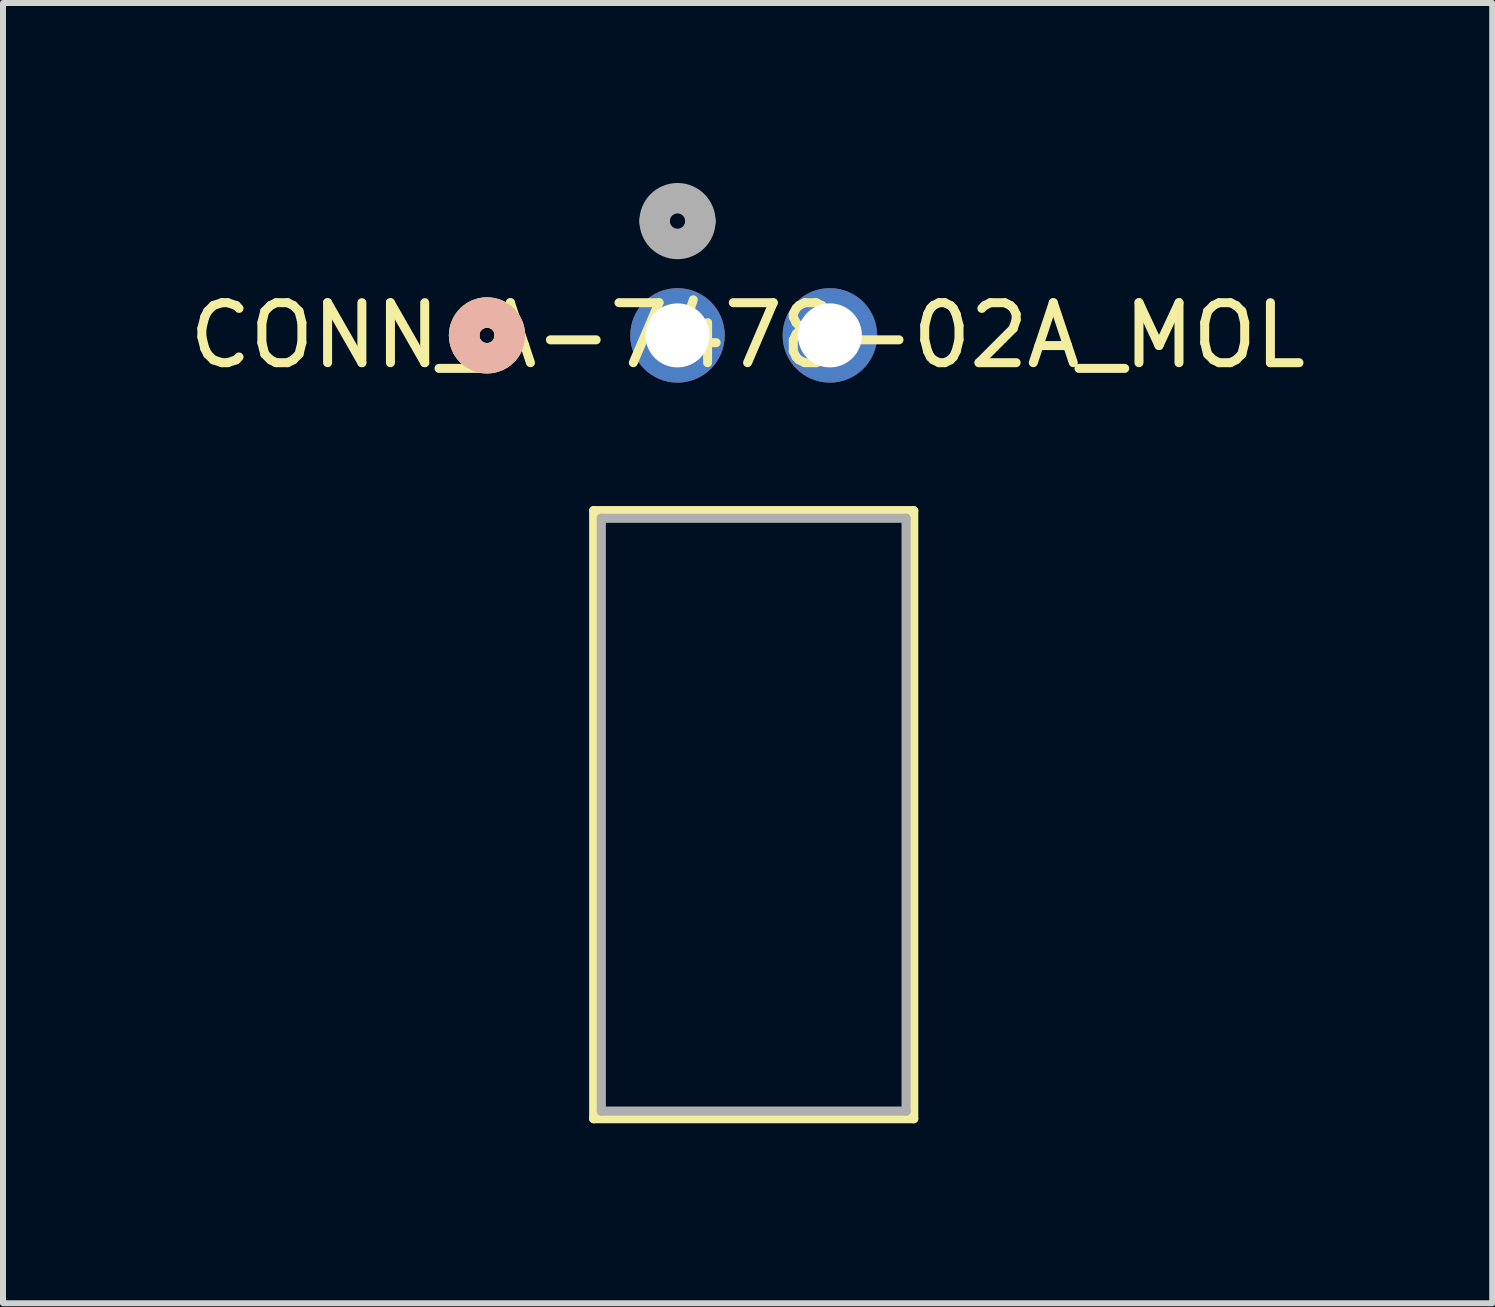
<source format=kicad_pcb>
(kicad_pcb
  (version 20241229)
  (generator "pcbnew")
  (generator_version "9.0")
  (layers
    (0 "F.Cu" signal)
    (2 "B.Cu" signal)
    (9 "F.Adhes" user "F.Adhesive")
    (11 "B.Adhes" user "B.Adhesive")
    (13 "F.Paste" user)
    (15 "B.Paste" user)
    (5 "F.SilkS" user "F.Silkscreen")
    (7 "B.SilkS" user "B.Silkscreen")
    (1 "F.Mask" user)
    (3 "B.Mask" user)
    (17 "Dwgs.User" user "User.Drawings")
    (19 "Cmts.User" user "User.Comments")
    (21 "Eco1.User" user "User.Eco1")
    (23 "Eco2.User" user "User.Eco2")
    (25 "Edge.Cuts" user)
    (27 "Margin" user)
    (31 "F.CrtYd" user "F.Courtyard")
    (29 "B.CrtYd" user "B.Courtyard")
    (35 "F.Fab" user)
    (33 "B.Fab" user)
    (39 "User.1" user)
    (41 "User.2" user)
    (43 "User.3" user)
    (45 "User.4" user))
  (footprint "CONN_A-7478-02A_MOL"
    (layer "F.Cu")
    (at 8.242 2.54)
    (property "Reference" "CONN_A-7478-02A_MOL" (at 1.168 0 0) (layer "F.SilkS") (effects (font (size 1 1) (thickness 0.15))))
    (attr through_hole)
    (fp_line (start -1.397 2.921) (end -1.397 13.056) (stroke (width 0.152) (type solid)) (layer "F.SilkS"))
    (fp_line (start -1.397 13.056) (end 3.937 13.056) (stroke (width 0.152) (type solid)) (layer "F.SilkS"))
    (fp_line (start 3.937 2.921) (end -1.397 2.921) (stroke (width 0.152) (type solid)) (layer "F.SilkS"))
    (fp_line (start 3.937 13.056) (end 3.937 2.921) (stroke (width 0.152) (type solid)) (layer "F.SilkS"))
    (fp_arc (start -3.556 0) (mid -3.175 -0.381) (end -2.794 0) (stroke (width 0.508) (type solid)) (layer "F.SilkS"))
    (fp_arc (start -2.794 0) (mid -3.175 0.381) (end -3.556 0) (stroke (width 0.508) (type solid)) (layer "F.SilkS"))
    (fp_arc (start -3.556 0) (mid -3.175 -0.381) (end -2.794 0) (stroke (width 0.508) (type solid)) (layer "B.SilkS"))
    (fp_arc (start -2.794 0) (mid -3.175 0.381) (end -3.556 0) (stroke (width 0.508) (type solid)) (layer "B.SilkS"))
    (fp_line (start -1.27 3.048) (end -1.27 12.929) (stroke (width 0.152) (type solid)) (layer "F.Fab"))
    (fp_line (start -1.27 12.929) (end 3.81 12.929) (stroke (width 0.152) (type solid)) (layer "F.Fab"))
    (fp_line (start 3.81 3.048) (end -1.27 3.048) (stroke (width 0.152) (type solid)) (layer "F.Fab"))
    (fp_line (start 3.81 12.929) (end 3.81 3.048) (stroke (width 0.152) (type solid)) (layer "F.Fab"))
    (fp_arc (start -0.381 -1.905) (mid 0 -2.286) (end 0.381 -1.905) (stroke (width 0.508) (type solid)) (layer "F.Fab"))
    (fp_arc (start 0.381 -1.905) (mid 0 -1.524) (end -0.381 -1.905) (stroke (width 0.508) (type solid)) (layer "F.Fab"))
    (pad "1" thru_hole circle (at 0 0) (size 1.575 1.575) (drill 1.067) (layers "*.Cu" "*.Mask"))
    (pad "2" thru_hole circle (at 2.54 0) (size 1.575 1.575) (drill 1.067) (layers "*.Cu" "*.Mask")))
  (gr_rect
    (start -3 -3)
    (end 21.821 18.672)
    (stroke (width 0.1) (type default))
    (fill no)
    (layer "Edge.Cuts")))
</source>
